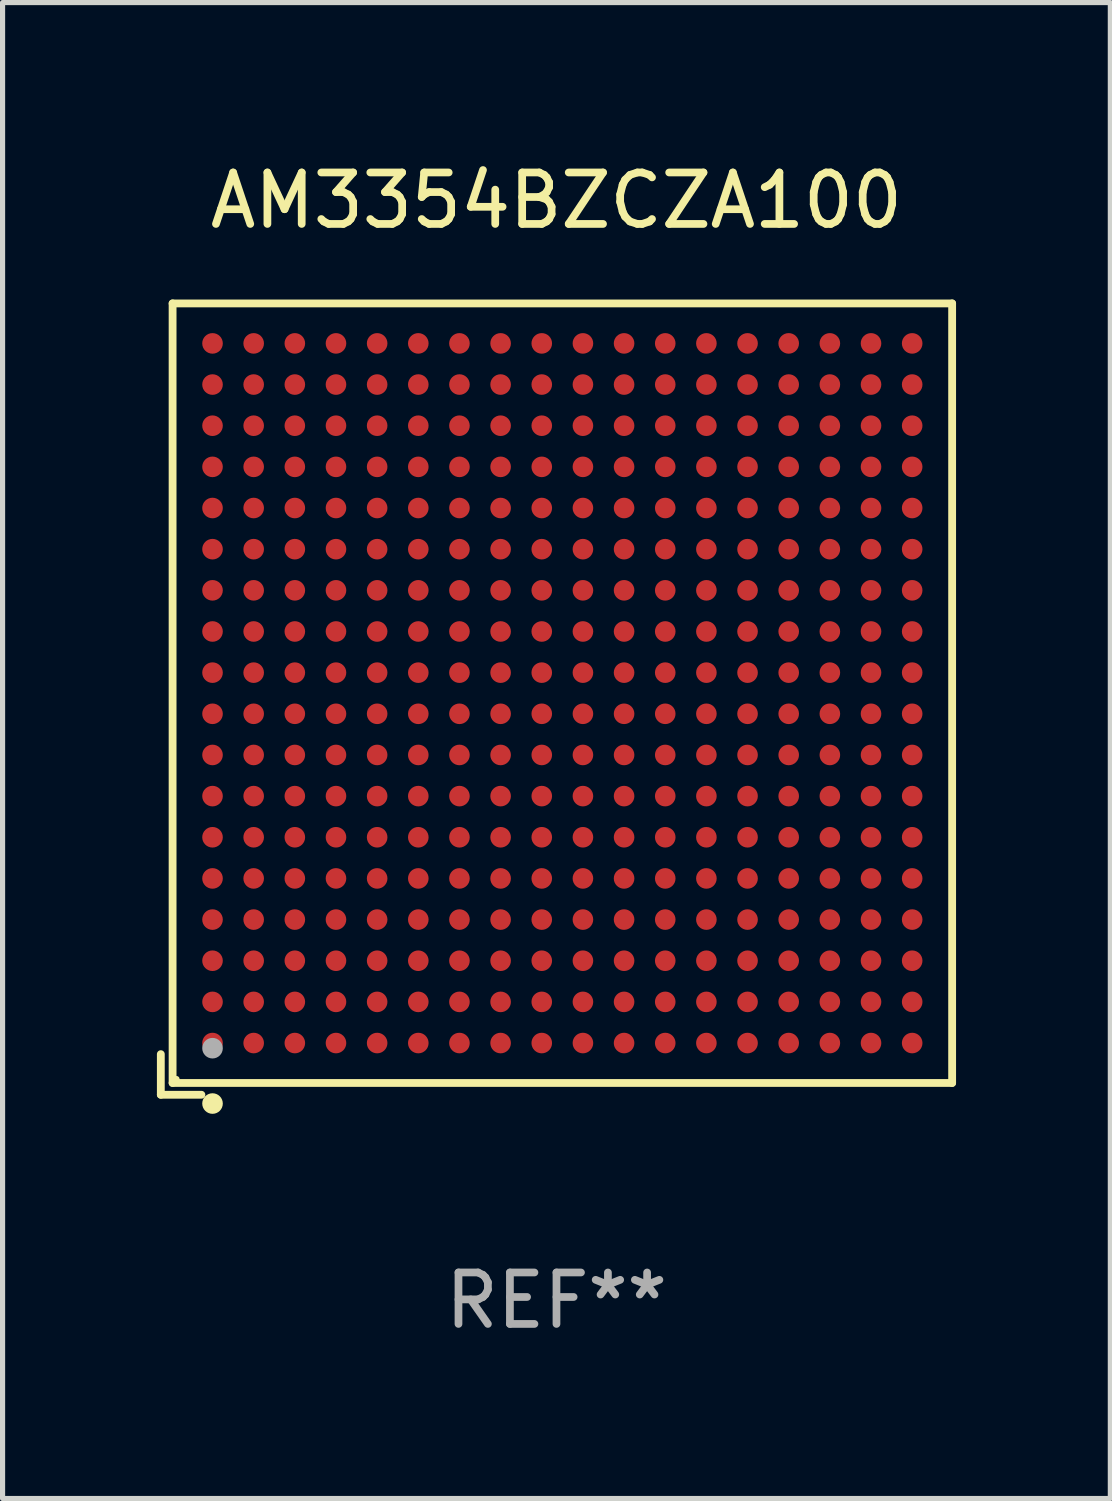
<source format=kicad_pcb>
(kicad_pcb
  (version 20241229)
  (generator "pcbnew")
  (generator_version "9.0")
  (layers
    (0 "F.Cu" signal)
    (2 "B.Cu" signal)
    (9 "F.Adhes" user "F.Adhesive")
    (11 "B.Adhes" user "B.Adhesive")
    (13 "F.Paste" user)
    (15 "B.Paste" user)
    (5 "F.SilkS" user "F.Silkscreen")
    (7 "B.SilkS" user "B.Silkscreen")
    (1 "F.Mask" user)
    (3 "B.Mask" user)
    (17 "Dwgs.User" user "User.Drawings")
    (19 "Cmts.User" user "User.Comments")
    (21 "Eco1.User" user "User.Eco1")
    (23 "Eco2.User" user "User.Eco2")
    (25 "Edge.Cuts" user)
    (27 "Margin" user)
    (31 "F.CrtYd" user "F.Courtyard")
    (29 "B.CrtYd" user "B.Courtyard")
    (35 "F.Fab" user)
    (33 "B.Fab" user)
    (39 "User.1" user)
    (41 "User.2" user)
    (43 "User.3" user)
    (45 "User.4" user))
  (footprint "AM3354BZCZA100"
    (layer "F.Cu")
    (at 7.767 10.539)
    (property "Reference" "AM3354BZCZA100" (at 0 -9.691 0) (layer "F.SilkS") (effects (font (size 1 1) (thickness 0.15))))
    (attr through_hole)
    (fp_line (start -7.691 6.902) (end -7.691 7.691) (stroke (width 0.152) (type solid)) (layer "F.SilkS"))
    (fp_line (start -7.691 7.691) (end -6.902 7.691) (stroke (width 0.152) (type solid)) (layer "F.SilkS"))
    (fp_line (start -7.462 -7.691) (end 7.691 -7.691) (stroke (width 0.152) (type solid)) (layer "F.SilkS"))
    (fp_line (start -7.462 7.462) (end -7.462 -7.691) (stroke (width 0.152) (type solid)) (layer "F.SilkS"))
    (fp_line (start 7.691 -7.691) (end 7.691 7.462) (stroke (width 0.152) (type solid)) (layer "F.SilkS"))
    (fp_line (start 7.691 7.462) (end -7.462 7.462) (stroke (width 0.152) (type solid)) (layer "F.SilkS"))
    (fp_circle (center -7.386 7.386) (end -7.356 7.386) (stroke (width 0.06) (type solid)) (fill no) (layer "F.SilkS"))
    (fp_circle (center -6.686 7.862) (end -6.586 7.862) (stroke (width 0.2) (type solid)) (fill no) (layer "F.SilkS"))
    (fp_circle (center -6.686 6.786) (end -6.586 6.786) (stroke (width 0.2) (type solid)) (fill no) (layer "F.Fab"))
    (fp_text user "REF**" (at 0 11.691 0) (layer "F.Fab") (effects (font (size 1 1) (thickness 0.15))))
    (pad "A1" smd circle (at -6.686 6.686) (size 0.4 0.4) (layers "F.Cu" "F.Mask" "F.Paste"))
    (pad "A2" smd circle (at -6.686 5.886) (size 0.4 0.4) (layers "F.Cu" "F.Mask" "F.Paste"))
    (pad "A3" smd circle (at -6.686 5.086) (size 0.4 0.4) (layers "F.Cu" "F.Mask" "F.Paste"))
    (pad "A4" smd circle (at -6.686 4.286) (size 0.4 0.4) (layers "F.Cu" "F.Mask" "F.Paste"))
    (pad "A5" smd circle (at -6.686 3.486) (size 0.4 0.4) (layers "F.Cu" "F.Mask" "F.Paste"))
    (pad "A6" smd circle (at -6.686 2.686) (size 0.4 0.4) (layers "F.Cu" "F.Mask" "F.Paste"))
    (pad "A7" smd circle (at -6.686 1.886) (size 0.4 0.4) (layers "F.Cu" "F.Mask" "F.Paste"))
    (pad "A8" smd circle (at -6.686 1.086) (size 0.4 0.4) (layers "F.Cu" "F.Mask" "F.Paste"))
    (pad "A9" smd circle (at -6.686 0.286) (size 0.4 0.4) (layers "F.Cu" "F.Mask" "F.Paste"))
    (pad "A10" smd circle (at -6.686 -0.514) (size 0.4 0.4) (layers "F.Cu" "F.Mask" "F.Paste"))
    (pad "A11" smd circle (at -6.686 -1.314) (size 0.4 0.4) (layers "F.Cu" "F.Mask" "F.Paste"))
    (pad "A12" smd circle (at -6.686 -2.114) (size 0.4 0.4) (layers "F.Cu" "F.Mask" "F.Paste"))
    (pad "A13" smd circle (at -6.686 -2.914) (size 0.4 0.4) (layers "F.Cu" "F.Mask" "F.Paste"))
    (pad "A14" smd circle (at -6.686 -3.714) (size 0.4 0.4) (layers "F.Cu" "F.Mask" "F.Paste"))
    (pad "A15" smd circle (at -6.686 -4.514) (size 0.4 0.4) (layers "F.Cu" "F.Mask" "F.Paste"))
    (pad "A16" smd circle (at -6.686 -5.314) (size 0.4 0.4) (layers "F.Cu" "F.Mask" "F.Paste"))
    (pad "A17" smd circle (at -6.686 -6.114) (size 0.4 0.4) (layers "F.Cu" "F.Mask" "F.Paste"))
    (pad "A18" smd circle (at -6.686 -6.914) (size 0.4 0.4) (layers "F.Cu" "F.Mask" "F.Paste"))
    (pad "B1" smd circle (at -5.886 6.686) (size 0.4 0.4) (layers "F.Cu" "F.Mask" "F.Paste"))
    (pad "B2" smd circle (at -5.886 5.886) (size 0.4 0.4) (layers "F.Cu" "F.Mask" "F.Paste"))
    (pad "B3" smd circle (at -5.886 5.086) (size 0.4 0.4) (layers "F.Cu" "F.Mask" "F.Paste"))
    (pad "B4" smd circle (at -5.886 4.286) (size 0.4 0.4) (layers "F.Cu" "F.Mask" "F.Paste"))
    (pad "B5" smd circle (at -5.886 3.486) (size 0.4 0.4) (layers "F.Cu" "F.Mask" "F.Paste"))
    (pad "B6" smd circle (at -5.886 2.686) (size 0.4 0.4) (layers "F.Cu" "F.Mask" "F.Paste"))
    (pad "B7" smd circle (at -5.886 1.886) (size 0.4 0.4) (layers "F.Cu" "F.Mask" "F.Paste"))
    (pad "B8" smd circle (at -5.886 1.086) (size 0.4 0.4) (layers "F.Cu" "F.Mask" "F.Paste"))
    (pad "B9" smd circle (at -5.886 0.286) (size 0.4 0.4) (layers "F.Cu" "F.Mask" "F.Paste"))
    (pad "B10" smd circle (at -5.886 -0.514) (size 0.4 0.4) (layers "F.Cu" "F.Mask" "F.Paste"))
    (pad "B11" smd circle (at -5.886 -1.314) (size 0.4 0.4) (layers "F.Cu" "F.Mask" "F.Paste"))
    (pad "B12" smd circle (at -5.886 -2.114) (size 0.4 0.4) (layers "F.Cu" "F.Mask" "F.Paste"))
    (pad "B13" smd circle (at -5.886 -2.914) (size 0.4 0.4) (layers "F.Cu" "F.Mask" "F.Paste"))
    (pad "B14" smd circle (at -5.886 -3.714) (size 0.4 0.4) (layers "F.Cu" "F.Mask" "F.Paste"))
    (pad "B15" smd circle (at -5.886 -4.514) (size 0.4 0.4) (layers "F.Cu" "F.Mask" "F.Paste"))
    (pad "B16" smd circle (at -5.886 -5.314) (size 0.4 0.4) (layers "F.Cu" "F.Mask" "F.Paste"))
    (pad "B17" smd circle (at -5.886 -6.114) (size 0.4 0.4) (layers "F.Cu" "F.Mask" "F.Paste"))
    (pad "B18" smd circle (at -5.886 -6.914) (size 0.4 0.4) (layers "F.Cu" "F.Mask" "F.Paste"))
    (pad "C1" smd circle (at -5.086 6.686) (size 0.4 0.4) (layers "F.Cu" "F.Mask" "F.Paste"))
    (pad "C2" smd circle (at -5.086 5.886) (size 0.4 0.4) (layers "F.Cu" "F.Mask" "F.Paste"))
    (pad "C3" smd circle (at -5.086 5.086) (size 0.4 0.4) (layers "F.Cu" "F.Mask" "F.Paste"))
    (pad "C4" smd circle (at -5.086 4.286) (size 0.4 0.4) (layers "F.Cu" "F.Mask" "F.Paste"))
    (pad "C5" smd circle (at -5.086 3.486) (size 0.4 0.4) (layers "F.Cu" "F.Mask" "F.Paste"))
    (pad "C6" smd circle (at -5.086 2.686) (size 0.4 0.4) (layers "F.Cu" "F.Mask" "F.Paste"))
    (pad "C7" smd circle (at -5.086 1.886) (size 0.4 0.4) (layers "F.Cu" "F.Mask" "F.Paste"))
    (pad "C8" smd circle (at -5.086 1.086) (size 0.4 0.4) (layers "F.Cu" "F.Mask" "F.Paste"))
    (pad "C9" smd circle (at -5.086 0.286) (size 0.4 0.4) (layers "F.Cu" "F.Mask" "F.Paste"))
    (pad "C10" smd circle (at -5.086 -0.514) (size 0.4 0.4) (layers "F.Cu" "F.Mask" "F.Paste"))
    (pad "C11" smd circle (at -5.086 -1.314) (size 0.4 0.4) (layers "F.Cu" "F.Mask" "F.Paste"))
    (pad "C12" smd circle (at -5.086 -2.114) (size 0.4 0.4) (layers "F.Cu" "F.Mask" "F.Paste"))
    (pad "C13" smd circle (at -5.086 -2.914) (size 0.4 0.4) (layers "F.Cu" "F.Mask" "F.Paste"))
    (pad "C14" smd circle (at -5.086 -3.714) (size 0.4 0.4) (layers "F.Cu" "F.Mask" "F.Paste"))
    (pad "C15" smd circle (at -5.086 -4.514) (size 0.4 0.4) (layers "F.Cu" "F.Mask" "F.Paste"))
    (pad "C16" smd circle (at -5.086 -5.314) (size 0.4 0.4) (layers "F.Cu" "F.Mask" "F.Paste"))
    (pad "C17" smd circle (at -5.086 -6.114) (size 0.4 0.4) (layers "F.Cu" "F.Mask" "F.Paste"))
    (pad "C18" smd circle (at -5.086 -6.914) (size 0.4 0.4) (layers "F.Cu" "F.Mask" "F.Paste"))
    (pad "D1" smd circle (at -4.286 6.686) (size 0.4 0.4) (layers "F.Cu" "F.Mask" "F.Paste"))
    (pad "D2" smd circle (at -4.286 5.886) (size 0.4 0.4) (layers "F.Cu" "F.Mask" "F.Paste"))
    (pad "D3" smd circle (at -4.286 5.086) (size 0.4 0.4) (layers "F.Cu" "F.Mask" "F.Paste"))
    (pad "D4" smd circle (at -4.286 4.286) (size 0.4 0.4) (layers "F.Cu" "F.Mask" "F.Paste"))
    (pad "D5" smd circle (at -4.286 3.486) (size 0.4 0.4) (layers "F.Cu" "F.Mask" "F.Paste"))
    (pad "D6" smd circle (at -4.286 2.686) (size 0.4 0.4) (layers "F.Cu" "F.Mask" "F.Paste"))
    (pad "D7" smd circle (at -4.286 1.886) (size 0.4 0.4) (layers "F.Cu" "F.Mask" "F.Paste"))
    (pad "D8" smd circle (at -4.286 1.086) (size 0.4 0.4) (layers "F.Cu" "F.Mask" "F.Paste"))
    (pad "D9" smd circle (at -4.286 0.286) (size 0.4 0.4) (layers "F.Cu" "F.Mask" "F.Paste"))
    (pad "D10" smd circle (at -4.286 -0.514) (size 0.4 0.4) (layers "F.Cu" "F.Mask" "F.Paste"))
    (pad "D11" smd circle (at -4.286 -1.314) (size 0.4 0.4) (layers "F.Cu" "F.Mask" "F.Paste"))
    (pad "D12" smd circle (at -4.286 -2.114) (size 0.4 0.4) (layers "F.Cu" "F.Mask" "F.Paste"))
    (pad "D13" smd circle (at -4.286 -2.914) (size 0.4 0.4) (layers "F.Cu" "F.Mask" "F.Paste"))
    (pad "D14" smd circle (at -4.286 -3.714) (size 0.4 0.4) (layers "F.Cu" "F.Mask" "F.Paste"))
    (pad "D15" smd circle (at -4.286 -4.514) (size 0.4 0.4) (layers "F.Cu" "F.Mask" "F.Paste"))
    (pad "D16" smd circle (at -4.286 -5.314) (size 0.4 0.4) (layers "F.Cu" "F.Mask" "F.Paste"))
    (pad "D17" smd circle (at -4.286 -6.114) (size 0.4 0.4) (layers "F.Cu" "F.Mask" "F.Paste"))
    (pad "D18" smd circle (at -4.286 -6.914) (size 0.4 0.4) (layers "F.Cu" "F.Mask" "F.Paste"))
    (pad "E1" smd circle (at -3.486 6.686) (size 0.4 0.4) (layers "F.Cu" "F.Mask" "F.Paste"))
    (pad "E2" smd circle (at -3.486 5.886) (size 0.4 0.4) (layers "F.Cu" "F.Mask" "F.Paste"))
    (pad "E3" smd circle (at -3.486 5.086) (size 0.4 0.4) (layers "F.Cu" "F.Mask" "F.Paste"))
    (pad "E4" smd circle (at -3.486 4.286) (size 0.4 0.4) (layers "F.Cu" "F.Mask" "F.Paste"))
    (pad "E5" smd circle (at -3.486 3.486) (size 0.4 0.4) (layers "F.Cu" "F.Mask" "F.Paste"))
    (pad "E6" smd circle (at -3.486 2.686) (size 0.4 0.4) (layers "F.Cu" "F.Mask" "F.Paste"))
    (pad "E7" smd circle (at -3.486 1.886) (size 0.4 0.4) (layers "F.Cu" "F.Mask" "F.Paste"))
    (pad "E8" smd circle (at -3.486 1.086) (size 0.4 0.4) (layers "F.Cu" "F.Mask" "F.Paste"))
    (pad "E9" smd circle (at -3.486 0.286) (size 0.4 0.4) (layers "F.Cu" "F.Mask" "F.Paste"))
    (pad "E10" smd circle (at -3.486 -0.514) (size 0.4 0.4) (layers "F.Cu" "F.Mask" "F.Paste"))
    (pad "E11" smd circle (at -3.486 -1.314) (size 0.4 0.4) (layers "F.Cu" "F.Mask" "F.Paste"))
    (pad "E12" smd circle (at -3.486 -2.114) (size 0.4 0.4) (layers "F.Cu" "F.Mask" "F.Paste"))
    (pad "E13" smd circle (at -3.486 -2.914) (size 0.4 0.4) (layers "F.Cu" "F.Mask" "F.Paste"))
    (pad "E14" smd circle (at -3.486 -3.714) (size 0.4 0.4) (layers "F.Cu" "F.Mask" "F.Paste"))
    (pad "E15" smd circle (at -3.486 -4.514) (size 0.4 0.4) (layers "F.Cu" "F.Mask" "F.Paste"))
    (pad "E16" smd circle (at -3.486 -5.314) (size 0.4 0.4) (layers "F.Cu" "F.Mask" "F.Paste"))
    (pad "E17" smd circle (at -3.486 -6.114) (size 0.4 0.4) (layers "F.Cu" "F.Mask" "F.Paste"))
    (pad "E18" smd circle (at -3.486 -6.914) (size 0.4 0.4) (layers "F.Cu" "F.Mask" "F.Paste"))
    (pad "F1" smd circle (at -2.686 6.686) (size 0.4 0.4) (layers "F.Cu" "F.Mask" "F.Paste"))
    (pad "F2" smd circle (at -2.686 5.886) (size 0.4 0.4) (layers "F.Cu" "F.Mask" "F.Paste"))
    (pad "F3" smd circle (at -2.686 5.086) (size 0.4 0.4) (layers "F.Cu" "F.Mask" "F.Paste"))
    (pad "F4" smd circle (at -2.686 4.286) (size 0.4 0.4) (layers "F.Cu" "F.Mask" "F.Paste"))
    (pad "F5" smd circle (at -2.686 3.486) (size 0.4 0.4) (layers "F.Cu" "F.Mask" "F.Paste"))
    (pad "F6" smd circle (at -2.686 2.686) (size 0.4 0.4) (layers "F.Cu" "F.Mask" "F.Paste"))
    (pad "F7" smd circle (at -2.686 1.886) (size 0.4 0.4) (layers "F.Cu" "F.Mask" "F.Paste"))
    (pad "F8" smd circle (at -2.686 1.086) (size 0.4 0.4) (layers "F.Cu" "F.Mask" "F.Paste"))
    (pad "F9" smd circle (at -2.686 0.286) (size 0.4 0.4) (layers "F.Cu" "F.Mask" "F.Paste"))
    (pad "F10" smd circle (at -2.686 -0.514) (size 0.4 0.4) (layers "F.Cu" "F.Mask" "F.Paste"))
    (pad "F11" smd circle (at -2.686 -1.314) (size 0.4 0.4) (layers "F.Cu" "F.Mask" "F.Paste"))
    (pad "F12" smd circle (at -2.686 -2.114) (size 0.4 0.4) (layers "F.Cu" "F.Mask" "F.Paste"))
    (pad "F13" smd circle (at -2.686 -2.914) (size 0.4 0.4) (layers "F.Cu" "F.Mask" "F.Paste"))
    (pad "F14" smd circle (at -2.686 -3.714) (size 0.4 0.4) (layers "F.Cu" "F.Mask" "F.Paste"))
    (pad "F15" smd circle (at -2.686 -4.514) (size 0.4 0.4) (layers "F.Cu" "F.Mask" "F.Paste"))
    (pad "F16" smd circle (at -2.686 -5.314) (size 0.4 0.4) (layers "F.Cu" "F.Mask" "F.Paste"))
    (pad "F17" smd circle (at -2.686 -6.114) (size 0.4 0.4) (layers "F.Cu" "F.Mask" "F.Paste"))
    (pad "F18" smd circle (at -2.686 -6.914) (size 0.4 0.4) (layers "F.Cu" "F.Mask" "F.Paste"))
    (pad "G1" smd circle (at -1.886 6.686) (size 0.4 0.4) (layers "F.Cu" "F.Mask" "F.Paste"))
    (pad "G2" smd circle (at -1.886 5.886) (size 0.4 0.4) (layers "F.Cu" "F.Mask" "F.Paste"))
    (pad "G3" smd circle (at -1.886 5.086) (size 0.4 0.4) (layers "F.Cu" "F.Mask" "F.Paste"))
    (pad "G4" smd circle (at -1.886 4.286) (size 0.4 0.4) (layers "F.Cu" "F.Mask" "F.Paste"))
    (pad "G5" smd circle (at -1.886 3.486) (size 0.4 0.4) (layers "F.Cu" "F.Mask" "F.Paste"))
    (pad "G6" smd circle (at -1.886 2.686) (size 0.4 0.4) (layers "F.Cu" "F.Mask" "F.Paste"))
    (pad "G7" smd circle (at -1.886 1.886) (size 0.4 0.4) (layers "F.Cu" "F.Mask" "F.Paste"))
    (pad "G8" smd circle (at -1.886 1.086) (size 0.4 0.4) (layers "F.Cu" "F.Mask" "F.Paste"))
    (pad "G9" smd circle (at -1.886 0.286) (size 0.4 0.4) (layers "F.Cu" "F.Mask" "F.Paste"))
    (pad "G10" smd circle (at -1.886 -0.514) (size 0.4 0.4) (layers "F.Cu" "F.Mask" "F.Paste"))
    (pad "G11" smd circle (at -1.886 -1.314) (size 0.4 0.4) (layers "F.Cu" "F.Mask" "F.Paste"))
    (pad "G12" smd circle (at -1.886 -2.114) (size 0.4 0.4) (layers "F.Cu" "F.Mask" "F.Paste"))
    (pad "G13" smd circle (at -1.886 -2.914) (size 0.4 0.4) (layers "F.Cu" "F.Mask" "F.Paste"))
    (pad "G14" smd circle (at -1.886 -3.714) (size 0.4 0.4) (layers "F.Cu" "F.Mask" "F.Paste"))
    (pad "G15" smd circle (at -1.886 -4.514) (size 0.4 0.4) (layers "F.Cu" "F.Mask" "F.Paste"))
    (pad "G16" smd circle (at -1.886 -5.314) (size 0.4 0.4) (layers "F.Cu" "F.Mask" "F.Paste"))
    (pad "G17" smd circle (at -1.886 -6.114) (size 0.4 0.4) (layers "F.Cu" "F.Mask" "F.Paste"))
    (pad "G18" smd circle (at -1.886 -6.914) (size 0.4 0.4) (layers "F.Cu" "F.Mask" "F.Paste"))
    (pad "H1" smd circle (at -1.086 6.686) (size 0.4 0.4) (layers "F.Cu" "F.Mask" "F.Paste"))
    (pad "H2" smd circle (at -1.086 5.886) (size 0.4 0.4) (layers "F.Cu" "F.Mask" "F.Paste"))
    (pad "H3" smd circle (at -1.086 5.086) (size 0.4 0.4) (layers "F.Cu" "F.Mask" "F.Paste"))
    (pad "H4" smd circle (at -1.086 4.286) (size 0.4 0.4) (layers "F.Cu" "F.Mask" "F.Paste"))
    (pad "H5" smd circle (at -1.086 3.486) (size 0.4 0.4) (layers "F.Cu" "F.Mask" "F.Paste"))
    (pad "H6" smd circle (at -1.086 2.686) (size 0.4 0.4) (layers "F.Cu" "F.Mask" "F.Paste"))
    (pad "H7" smd circle (at -1.086 1.886) (size 0.4 0.4) (layers "F.Cu" "F.Mask" "F.Paste"))
    (pad "H8" smd circle (at -1.086 1.086) (size 0.4 0.4) (layers "F.Cu" "F.Mask" "F.Paste"))
    (pad "H9" smd circle (at -1.086 0.286) (size 0.4 0.4) (layers "F.Cu" "F.Mask" "F.Paste"))
    (pad "H10" smd circle (at -1.086 -0.514) (size 0.4 0.4) (layers "F.Cu" "F.Mask" "F.Paste"))
    (pad "H11" smd circle (at -1.086 -1.314) (size 0.4 0.4) (layers "F.Cu" "F.Mask" "F.Paste"))
    (pad "H12" smd circle (at -1.086 -2.114) (size 0.4 0.4) (layers "F.Cu" "F.Mask" "F.Paste"))
    (pad "H13" smd circle (at -1.086 -2.914) (size 0.4 0.4) (layers "F.Cu" "F.Mask" "F.Paste"))
    (pad "H14" smd circle (at -1.086 -3.714) (size 0.4 0.4) (layers "F.Cu" "F.Mask" "F.Paste"))
    (pad "H15" smd circle (at -1.086 -4.514) (size 0.4 0.4) (layers "F.Cu" "F.Mask" "F.Paste"))
    (pad "H16" smd circle (at -1.086 -5.314) (size 0.4 0.4) (layers "F.Cu" "F.Mask" "F.Paste"))
    (pad "H17" smd circle (at -1.086 -6.114) (size 0.4 0.4) (layers "F.Cu" "F.Mask" "F.Paste"))
    (pad "H18" smd circle (at -1.086 -6.914) (size 0.4 0.4) (layers "F.Cu" "F.Mask" "F.Paste"))
    (pad "J1" smd circle (at -0.286 6.686) (size 0.4 0.4) (layers "F.Cu" "F.Mask" "F.Paste"))
    (pad "J2" smd circle (at -0.286 5.886) (size 0.4 0.4) (layers "F.Cu" "F.Mask" "F.Paste"))
    (pad "J3" smd circle (at -0.286 5.086) (size 0.4 0.4) (layers "F.Cu" "F.Mask" "F.Paste"))
    (pad "J4" smd circle (at -0.286 4.286) (size 0.4 0.4) (layers "F.Cu" "F.Mask" "F.Paste"))
    (pad "J5" smd circle (at -0.286 3.486) (size 0.4 0.4) (layers "F.Cu" "F.Mask" "F.Paste"))
    (pad "J6" smd circle (at -0.286 2.686) (size 0.4 0.4) (layers "F.Cu" "F.Mask" "F.Paste"))
    (pad "J7" smd circle (at -0.286 1.886) (size 0.4 0.4) (layers "F.Cu" "F.Mask" "F.Paste"))
    (pad "J8" smd circle (at -0.286 1.086) (size 0.4 0.4) (layers "F.Cu" "F.Mask" "F.Paste"))
    (pad "J9" smd circle (at -0.286 0.286) (size 0.4 0.4) (layers "F.Cu" "F.Mask" "F.Paste"))
    (pad "J10" smd circle (at -0.286 -0.514) (size 0.4 0.4) (layers "F.Cu" "F.Mask" "F.Paste"))
    (pad "J11" smd circle (at -0.286 -1.314) (size 0.4 0.4) (layers "F.Cu" "F.Mask" "F.Paste"))
    (pad "J12" smd circle (at -0.286 -2.114) (size 0.4 0.4) (layers "F.Cu" "F.Mask" "F.Paste"))
    (pad "J13" smd circle (at -0.286 -2.914) (size 0.4 0.4) (layers "F.Cu" "F.Mask" "F.Paste"))
    (pad "J14" smd circle (at -0.286 -3.714) (size 0.4 0.4) (layers "F.Cu" "F.Mask" "F.Paste"))
    (pad "J15" smd circle (at -0.286 -4.514) (size 0.4 0.4) (layers "F.Cu" "F.Mask" "F.Paste"))
    (pad "J16" smd circle (at -0.286 -5.314) (size 0.4 0.4) (layers "F.Cu" "F.Mask" "F.Paste"))
    (pad "J17" smd circle (at -0.286 -6.114) (size 0.4 0.4) (layers "F.Cu" "F.Mask" "F.Paste"))
    (pad "J18" smd circle (at -0.286 -6.914) (size 0.4 0.4) (layers "F.Cu" "F.Mask" "F.Paste"))
    (pad "K1" smd circle (at 0.514 6.686) (size 0.4 0.4) (layers "F.Cu" "F.Mask" "F.Paste"))
    (pad "K2" smd circle (at 0.514 5.886) (size 0.4 0.4) (layers "F.Cu" "F.Mask" "F.Paste"))
    (pad "K3" smd circle (at 0.514 5.086) (size 0.4 0.4) (layers "F.Cu" "F.Mask" "F.Paste"))
    (pad "K4" smd circle (at 0.514 4.286) (size 0.4 0.4) (layers "F.Cu" "F.Mask" "F.Paste"))
    (pad "K5" smd circle (at 0.514 3.486) (size 0.4 0.4) (layers "F.Cu" "F.Mask" "F.Paste"))
    (pad "K6" smd circle (at 0.514 2.686) (size 0.4 0.4) (layers "F.Cu" "F.Mask" "F.Paste"))
    (pad "K7" smd circle (at 0.514 1.886) (size 0.4 0.4) (layers "F.Cu" "F.Mask" "F.Paste"))
    (pad "K8" smd circle (at 0.514 1.086) (size 0.4 0.4) (layers "F.Cu" "F.Mask" "F.Paste"))
    (pad "K9" smd circle (at 0.514 0.286) (size 0.4 0.4) (layers "F.Cu" "F.Mask" "F.Paste"))
    (pad "K10" smd circle (at 0.514 -0.514) (size 0.4 0.4) (layers "F.Cu" "F.Mask" "F.Paste"))
    (pad "K11" smd circle (at 0.514 -1.314) (size 0.4 0.4) (layers "F.Cu" "F.Mask" "F.Paste"))
    (pad "K12" smd circle (at 0.514 -2.114) (size 0.4 0.4) (layers "F.Cu" "F.Mask" "F.Paste"))
    (pad "K13" smd circle (at 0.514 -2.914) (size 0.4 0.4) (layers "F.Cu" "F.Mask" "F.Paste"))
    (pad "K14" smd circle (at 0.514 -3.714) (size 0.4 0.4) (layers "F.Cu" "F.Mask" "F.Paste"))
    (pad "K15" smd circle (at 0.514 -4.514) (size 0.4 0.4) (layers "F.Cu" "F.Mask" "F.Paste"))
    (pad "K16" smd circle (at 0.514 -5.314) (size 0.4 0.4) (layers "F.Cu" "F.Mask" "F.Paste"))
    (pad "K17" smd circle (at 0.514 -6.114) (size 0.4 0.4) (layers "F.Cu" "F.Mask" "F.Paste"))
    (pad "K18" smd circle (at 0.514 -6.914) (size 0.4 0.4) (layers "F.Cu" "F.Mask" "F.Paste"))
    (pad "L1" smd circle (at 1.314 6.686) (size 0.4 0.4) (layers "F.Cu" "F.Mask" "F.Paste"))
    (pad "L2" smd circle (at 1.314 5.886) (size 0.4 0.4) (layers "F.Cu" "F.Mask" "F.Paste"))
    (pad "L3" smd circle (at 1.314 5.086) (size 0.4 0.4) (layers "F.Cu" "F.Mask" "F.Paste"))
    (pad "L4" smd circle (at 1.314 4.286) (size 0.4 0.4) (layers "F.Cu" "F.Mask" "F.Paste"))
    (pad "L5" smd circle (at 1.314 3.486) (size 0.4 0.4) (layers "F.Cu" "F.Mask" "F.Paste"))
    (pad "L6" smd circle (at 1.314 2.686) (size 0.4 0.4) (layers "F.Cu" "F.Mask" "F.Paste"))
    (pad "L7" smd circle (at 1.314 1.886) (size 0.4 0.4) (layers "F.Cu" "F.Mask" "F.Paste"))
    (pad "L8" smd circle (at 1.314 1.086) (size 0.4 0.4) (layers "F.Cu" "F.Mask" "F.Paste"))
    (pad "L9" smd circle (at 1.314 0.286) (size 0.4 0.4) (layers "F.Cu" "F.Mask" "F.Paste"))
    (pad "L10" smd circle (at 1.314 -0.514) (size 0.4 0.4) (layers "F.Cu" "F.Mask" "F.Paste"))
    (pad "L11" smd circle (at 1.314 -1.314) (size 0.4 0.4) (layers "F.Cu" "F.Mask" "F.Paste"))
    (pad "L12" smd circle (at 1.314 -2.114) (size 0.4 0.4) (layers "F.Cu" "F.Mask" "F.Paste"))
    (pad "L13" smd circle (at 1.314 -2.914) (size 0.4 0.4) (layers "F.Cu" "F.Mask" "F.Paste"))
    (pad "L14" smd circle (at 1.314 -3.714) (size 0.4 0.4) (layers "F.Cu" "F.Mask" "F.Paste"))
    (pad "L15" smd circle (at 1.314 -4.514) (size 0.4 0.4) (layers "F.Cu" "F.Mask" "F.Paste"))
    (pad "L16" smd circle (at 1.314 -5.314) (size 0.4 0.4) (layers "F.Cu" "F.Mask" "F.Paste"))
    (pad "L17" smd circle (at 1.314 -6.114) (size 0.4 0.4) (layers "F.Cu" "F.Mask" "F.Paste"))
    (pad "L18" smd circle (at 1.314 -6.914) (size 0.4 0.4) (layers "F.Cu" "F.Mask" "F.Paste"))
    (pad "M1" smd circle (at 2.114 6.686) (size 0.4 0.4) (layers "F.Cu" "F.Mask" "F.Paste"))
    (pad "M2" smd circle (at 2.114 5.886) (size 0.4 0.4) (layers "F.Cu" "F.Mask" "F.Paste"))
    (pad "M3" smd circle (at 2.114 5.086) (size 0.4 0.4) (layers "F.Cu" "F.Mask" "F.Paste"))
    (pad "M4" smd circle (at 2.114 4.286) (size 0.4 0.4) (layers "F.Cu" "F.Mask" "F.Paste"))
    (pad "M5" smd circle (at 2.114 3.486) (size 0.4 0.4) (layers "F.Cu" "F.Mask" "F.Paste"))
    (pad "M6" smd circle (at 2.114 2.686) (size 0.4 0.4) (layers "F.Cu" "F.Mask" "F.Paste"))
    (pad "M7" smd circle (at 2.114 1.886) (size 0.4 0.4) (layers "F.Cu" "F.Mask" "F.Paste"))
    (pad "M8" smd circle (at 2.114 1.086) (size 0.4 0.4) (layers "F.Cu" "F.Mask" "F.Paste"))
    (pad "M9" smd circle (at 2.114 0.286) (size 0.4 0.4) (layers "F.Cu" "F.Mask" "F.Paste"))
    (pad "M10" smd circle (at 2.114 -0.514) (size 0.4 0.4) (layers "F.Cu" "F.Mask" "F.Paste"))
    (pad "M11" smd circle (at 2.114 -1.314) (size 0.4 0.4) (layers "F.Cu" "F.Mask" "F.Paste"))
    (pad "M12" smd circle (at 2.114 -2.114) (size 0.4 0.4) (layers "F.Cu" "F.Mask" "F.Paste"))
    (pad "M13" smd circle (at 2.114 -2.914) (size 0.4 0.4) (layers "F.Cu" "F.Mask" "F.Paste"))
    (pad "M14" smd circle (at 2.114 -3.714) (size 0.4 0.4) (layers "F.Cu" "F.Mask" "F.Paste"))
    (pad "M15" smd circle (at 2.114 -4.514) (size 0.4 0.4) (layers "F.Cu" "F.Mask" "F.Paste"))
    (pad "M16" smd circle (at 2.114 -5.314) (size 0.4 0.4) (layers "F.Cu" "F.Mask" "F.Paste"))
    (pad "M17" smd circle (at 2.114 -6.114) (size 0.4 0.4) (layers "F.Cu" "F.Mask" "F.Paste"))
    (pad "M18" smd circle (at 2.114 -6.914) (size 0.4 0.4) (layers "F.Cu" "F.Mask" "F.Paste"))
    (pad "N1" smd circle (at 2.914 6.686) (size 0.4 0.4) (layers "F.Cu" "F.Mask" "F.Paste"))
    (pad "N2" smd circle (at 2.914 5.886) (size 0.4 0.4) (layers "F.Cu" "F.Mask" "F.Paste"))
    (pad "N3" smd circle (at 2.914 5.086) (size 0.4 0.4) (layers "F.Cu" "F.Mask" "F.Paste"))
    (pad "N4" smd circle (at 2.914 4.286) (size 0.4 0.4) (layers "F.Cu" "F.Mask" "F.Paste"))
    (pad "N5" smd circle (at 2.914 3.486) (size 0.4 0.4) (layers "F.Cu" "F.Mask" "F.Paste"))
    (pad "N6" smd circle (at 2.914 2.686) (size 0.4 0.4) (layers "F.Cu" "F.Mask" "F.Paste"))
    (pad "N7" smd circle (at 2.914 1.886) (size 0.4 0.4) (layers "F.Cu" "F.Mask" "F.Paste"))
    (pad "N8" smd circle (at 2.914 1.086) (size 0.4 0.4) (layers "F.Cu" "F.Mask" "F.Paste"))
    (pad "N9" smd circle (at 2.914 0.286) (size 0.4 0.4) (layers "F.Cu" "F.Mask" "F.Paste"))
    (pad "N10" smd circle (at 2.914 -0.514) (size 0.4 0.4) (layers "F.Cu" "F.Mask" "F.Paste"))
    (pad "N11" smd circle (at 2.914 -1.314) (size 0.4 0.4) (layers "F.Cu" "F.Mask" "F.Paste"))
    (pad "N12" smd circle (at 2.914 -2.114) (size 0.4 0.4) (layers "F.Cu" "F.Mask" "F.Paste"))
    (pad "N13" smd circle (at 2.914 -2.914) (size 0.4 0.4) (layers "F.Cu" "F.Mask" "F.Paste"))
    (pad "N14" smd circle (at 2.914 -3.714) (size 0.4 0.4) (layers "F.Cu" "F.Mask" "F.Paste"))
    (pad "N15" smd circle (at 2.914 -4.514) (size 0.4 0.4) (layers "F.Cu" "F.Mask" "F.Paste"))
    (pad "N16" smd circle (at 2.914 -5.314) (size 0.4 0.4) (layers "F.Cu" "F.Mask" "F.Paste"))
    (pad "N17" smd circle (at 2.914 -6.114) (size 0.4 0.4) (layers "F.Cu" "F.Mask" "F.Paste"))
    (pad "N18" smd circle (at 2.914 -6.914) (size 0.4 0.4) (layers "F.Cu" "F.Mask" "F.Paste"))
    (pad "P1" smd circle (at 3.714 6.686) (size 0.4 0.4) (layers "F.Cu" "F.Mask" "F.Paste"))
    (pad "P2" smd circle (at 3.714 5.886) (size 0.4 0.4) (layers "F.Cu" "F.Mask" "F.Paste"))
    (pad "P3" smd circle (at 3.714 5.086) (size 0.4 0.4) (layers "F.Cu" "F.Mask" "F.Paste"))
    (pad "P4" smd circle (at 3.714 4.286) (size 0.4 0.4) (layers "F.Cu" "F.Mask" "F.Paste"))
    (pad "P5" smd circle (at 3.714 3.486) (size 0.4 0.4) (layers "F.Cu" "F.Mask" "F.Paste"))
    (pad "P6" smd circle (at 3.714 2.686) (size 0.4 0.4) (layers "F.Cu" "F.Mask" "F.Paste"))
    (pad "P7" smd circle (at 3.714 1.886) (size 0.4 0.4) (layers "F.Cu" "F.Mask" "F.Paste"))
    (pad "P8" smd circle (at 3.714 1.086) (size 0.4 0.4) (layers "F.Cu" "F.Mask" "F.Paste"))
    (pad "P9" smd circle (at 3.714 0.286) (size 0.4 0.4) (layers "F.Cu" "F.Mask" "F.Paste"))
    (pad "P10" smd circle (at 3.714 -0.514) (size 0.4 0.4) (layers "F.Cu" "F.Mask" "F.Paste"))
    (pad "P11" smd circle (at 3.714 -1.314) (size 0.4 0.4) (layers "F.Cu" "F.Mask" "F.Paste"))
    (pad "P12" smd circle (at 3.714 -2.114) (size 0.4 0.4) (layers "F.Cu" "F.Mask" "F.Paste"))
    (pad "P13" smd circle (at 3.714 -2.914) (size 0.4 0.4) (layers "F.Cu" "F.Mask" "F.Paste"))
    (pad "P14" smd circle (at 3.714 -3.714) (size 0.4 0.4) (layers "F.Cu" "F.Mask" "F.Paste"))
    (pad "P15" smd circle (at 3.714 -4.514) (size 0.4 0.4) (layers "F.Cu" "F.Mask" "F.Paste"))
    (pad "P16" smd circle (at 3.714 -5.314) (size 0.4 0.4) (layers "F.Cu" "F.Mask" "F.Paste"))
    (pad "P17" smd circle (at 3.714 -6.114) (size 0.4 0.4) (layers "F.Cu" "F.Mask" "F.Paste"))
    (pad "P18" smd circle (at 3.714 -6.914) (size 0.4 0.4) (layers "F.Cu" "F.Mask" "F.Paste"))
    (pad "R1" smd circle (at 4.514 6.686) (size 0.4 0.4) (layers "F.Cu" "F.Mask" "F.Paste"))
    (pad "R2" smd circle (at 4.514 5.886) (size 0.4 0.4) (layers "F.Cu" "F.Mask" "F.Paste"))
    (pad "R3" smd circle (at 4.514 5.086) (size 0.4 0.4) (layers "F.Cu" "F.Mask" "F.Paste"))
    (pad "R4" smd circle (at 4.514 4.286) (size 0.4 0.4) (layers "F.Cu" "F.Mask" "F.Paste"))
    (pad "R5" smd circle (at 4.514 3.486) (size 0.4 0.4) (layers "F.Cu" "F.Mask" "F.Paste"))
    (pad "R6" smd circle (at 4.514 2.686) (size 0.4 0.4) (layers "F.Cu" "F.Mask" "F.Paste"))
    (pad "R7" smd circle (at 4.514 1.886) (size 0.4 0.4) (layers "F.Cu" "F.Mask" "F.Paste"))
    (pad "R8" smd circle (at 4.514 1.086) (size 0.4 0.4) (layers "F.Cu" "F.Mask" "F.Paste"))
    (pad "R9" smd circle (at 4.514 0.286) (size 0.4 0.4) (layers "F.Cu" "F.Mask" "F.Paste"))
    (pad "R10" smd circle (at 4.514 -0.514) (size 0.4 0.4) (layers "F.Cu" "F.Mask" "F.Paste"))
    (pad "R11" smd circle (at 4.514 -1.314) (size 0.4 0.4) (layers "F.Cu" "F.Mask" "F.Paste"))
    (pad "R12" smd circle (at 4.514 -2.114) (size 0.4 0.4) (layers "F.Cu" "F.Mask" "F.Paste"))
    (pad "R13" smd circle (at 4.514 -2.914) (size 0.4 0.4) (layers "F.Cu" "F.Mask" "F.Paste"))
    (pad "R14" smd circle (at 4.514 -3.714) (size 0.4 0.4) (layers "F.Cu" "F.Mask" "F.Paste"))
    (pad "R15" smd circle (at 4.514 -4.514) (size 0.4 0.4) (layers "F.Cu" "F.Mask" "F.Paste"))
    (pad "R16" smd circle (at 4.514 -5.314) (size 0.4 0.4) (layers "F.Cu" "F.Mask" "F.Paste"))
    (pad "R17" smd circle (at 4.514 -6.114) (size 0.4 0.4) (layers "F.Cu" "F.Mask" "F.Paste"))
    (pad "R18" smd circle (at 4.514 -6.914) (size 0.4 0.4) (layers "F.Cu" "F.Mask" "F.Paste"))
    (pad "T1" smd circle (at 5.314 6.686) (size 0.4 0.4) (layers "F.Cu" "F.Mask" "F.Paste"))
    (pad "T2" smd circle (at 5.314 5.886) (size 0.4 0.4) (layers "F.Cu" "F.Mask" "F.Paste"))
    (pad "T3" smd circle (at 5.314 5.086) (size 0.4 0.4) (layers "F.Cu" "F.Mask" "F.Paste"))
    (pad "T4" smd circle (at 5.314 4.286) (size 0.4 0.4) (layers "F.Cu" "F.Mask" "F.Paste"))
    (pad "T5" smd circle (at 5.314 3.486) (size 0.4 0.4) (layers "F.Cu" "F.Mask" "F.Paste"))
    (pad "T6" smd circle (at 5.314 2.686) (size 0.4 0.4) (layers "F.Cu" "F.Mask" "F.Paste"))
    (pad "T7" smd circle (at 5.314 1.886) (size 0.4 0.4) (layers "F.Cu" "F.Mask" "F.Paste"))
    (pad "T8" smd circle (at 5.314 1.086) (size 0.4 0.4) (layers "F.Cu" "F.Mask" "F.Paste"))
    (pad "T9" smd circle (at 5.314 0.286) (size 0.4 0.4) (layers "F.Cu" "F.Mask" "F.Paste"))
    (pad "T10" smd circle (at 5.314 -0.514) (size 0.4 0.4) (layers "F.Cu" "F.Mask" "F.Paste"))
    (pad "T11" smd circle (at 5.314 -1.314) (size 0.4 0.4) (layers "F.Cu" "F.Mask" "F.Paste"))
    (pad "T12" smd circle (at 5.314 -2.114) (size 0.4 0.4) (layers "F.Cu" "F.Mask" "F.Paste"))
    (pad "T13" smd circle (at 5.314 -2.914) (size 0.4 0.4) (layers "F.Cu" "F.Mask" "F.Paste"))
    (pad "T14" smd circle (at 5.314 -3.714) (size 0.4 0.4) (layers "F.Cu" "F.Mask" "F.Paste"))
    (pad "T15" smd circle (at 5.314 -4.514) (size 0.4 0.4) (layers "F.Cu" "F.Mask" "F.Paste"))
    (pad "T16" smd circle (at 5.314 -5.314) (size 0.4 0.4) (layers "F.Cu" "F.Mask" "F.Paste"))
    (pad "T17" smd circle (at 5.314 -6.114) (size 0.4 0.4) (layers "F.Cu" "F.Mask" "F.Paste"))
    (pad "T18" smd circle (at 5.314 -6.914) (size 0.4 0.4) (layers "F.Cu" "F.Mask" "F.Paste"))
    (pad "U1" smd circle (at 6.114 6.686) (size 0.4 0.4) (layers "F.Cu" "F.Mask" "F.Paste"))
    (pad "U2" smd circle (at 6.114 5.886) (size 0.4 0.4) (layers "F.Cu" "F.Mask" "F.Paste"))
    (pad "U3" smd circle (at 6.114 5.086) (size 0.4 0.4) (layers "F.Cu" "F.Mask" "F.Paste"))
    (pad "U4" smd circle (at 6.114 4.286) (size 0.4 0.4) (layers "F.Cu" "F.Mask" "F.Paste"))
    (pad "U5" smd circle (at 6.114 3.486) (size 0.4 0.4) (layers "F.Cu" "F.Mask" "F.Paste"))
    (pad "U6" smd circle (at 6.114 2.686) (size 0.4 0.4) (layers "F.Cu" "F.Mask" "F.Paste"))
    (pad "U7" smd circle (at 6.114 1.886) (size 0.4 0.4) (layers "F.Cu" "F.Mask" "F.Paste"))
    (pad "U8" smd circle (at 6.114 1.086) (size 0.4 0.4) (layers "F.Cu" "F.Mask" "F.Paste"))
    (pad "U9" smd circle (at 6.114 0.286) (size 0.4 0.4) (layers "F.Cu" "F.Mask" "F.Paste"))
    (pad "U10" smd circle (at 6.114 -0.514) (size 0.4 0.4) (layers "F.Cu" "F.Mask" "F.Paste"))
    (pad "U11" smd circle (at 6.114 -1.314) (size 0.4 0.4) (layers "F.Cu" "F.Mask" "F.Paste"))
    (pad "U12" smd circle (at 6.114 -2.114) (size 0.4 0.4) (layers "F.Cu" "F.Mask" "F.Paste"))
    (pad "U13" smd circle (at 6.114 -2.914) (size 0.4 0.4) (layers "F.Cu" "F.Mask" "F.Paste"))
    (pad "U14" smd circle (at 6.114 -3.714) (size 0.4 0.4) (layers "F.Cu" "F.Mask" "F.Paste"))
    (pad "U15" smd circle (at 6.114 -4.514) (size 0.4 0.4) (layers "F.Cu" "F.Mask" "F.Paste"))
    (pad "U16" smd circle (at 6.114 -5.314) (size 0.4 0.4) (layers "F.Cu" "F.Mask" "F.Paste"))
    (pad "U17" smd circle (at 6.114 -6.114) (size 0.4 0.4) (layers "F.Cu" "F.Mask" "F.Paste"))
    (pad "U18" smd circle (at 6.114 -6.914) (size 0.4 0.4) (layers "F.Cu" "F.Mask" "F.Paste"))
    (pad "V1" smd circle (at 6.914 6.686) (size 0.4 0.4) (layers "F.Cu" "F.Mask" "F.Paste"))
    (pad "V2" smd circle (at 6.914 5.886) (size 0.4 0.4) (layers "F.Cu" "F.Mask" "F.Paste"))
    (pad "V3" smd circle (at 6.914 5.086) (size 0.4 0.4) (layers "F.Cu" "F.Mask" "F.Paste"))
    (pad "V4" smd circle (at 6.914 4.286) (size 0.4 0.4) (layers "F.Cu" "F.Mask" "F.Paste"))
    (pad "V5" smd circle (at 6.914 3.486) (size 0.4 0.4) (layers "F.Cu" "F.Mask" "F.Paste"))
    (pad "V6" smd circle (at 6.914 2.686) (size 0.4 0.4) (layers "F.Cu" "F.Mask" "F.Paste"))
    (pad "V7" smd circle (at 6.914 1.886) (size 0.4 0.4) (layers "F.Cu" "F.Mask" "F.Paste"))
    (pad "V8" smd circle (at 6.914 1.086) (size 0.4 0.4) (layers "F.Cu" "F.Mask" "F.Paste"))
    (pad "V9" smd circle (at 6.914 0.286) (size 0.4 0.4) (layers "F.Cu" "F.Mask" "F.Paste"))
    (pad "V10" smd circle (at 6.914 -0.514) (size 0.4 0.4) (layers "F.Cu" "F.Mask" "F.Paste"))
    (pad "V11" smd circle (at 6.914 -1.314) (size 0.4 0.4) (layers "F.Cu" "F.Mask" "F.Paste"))
    (pad "V12" smd circle (at 6.914 -2.114) (size 0.4 0.4) (layers "F.Cu" "F.Mask" "F.Paste"))
    (pad "V13" smd circle (at 6.914 -2.914) (size 0.4 0.4) (layers "F.Cu" "F.Mask" "F.Paste"))
    (pad "V14" smd circle (at 6.914 -3.714) (size 0.4 0.4) (layers "F.Cu" "F.Mask" "F.Paste"))
    (pad "V15" smd circle (at 6.914 -4.514) (size 0.4 0.4) (layers "F.Cu" "F.Mask" "F.Paste"))
    (pad "V16" smd circle (at 6.914 -5.314) (size 0.4 0.4) (layers "F.Cu" "F.Mask" "F.Paste"))
    (pad "V17" smd circle (at 6.914 -6.114) (size 0.4 0.4) (layers "F.Cu" "F.Mask" "F.Paste"))
    (pad "V18" smd circle (at 6.914 -6.914) (size 0.4 0.4) (layers "F.Cu" "F.Mask" "F.Paste")))
  (gr_rect
    (start -3 -3)
    (end 18.533 26.078)
    (stroke (width 0.1) (type default))
    (fill no)
    (layer "Edge.Cuts")))
</source>
